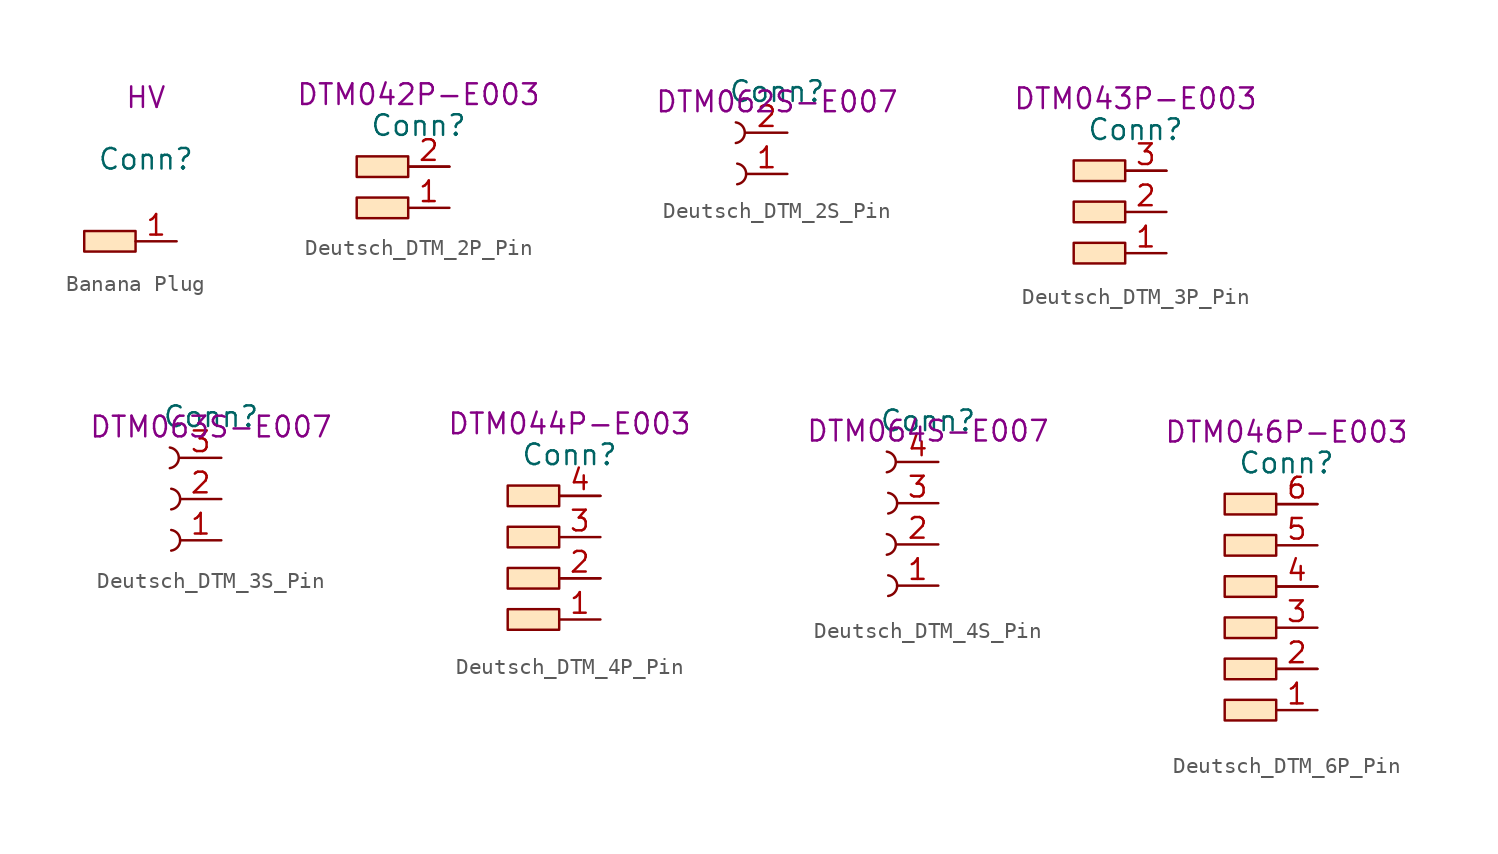
<source format=kicad_sym>
(kicad_symbol_lib
  (version 20220914)
  (generator kicad_symbol_editor)
  (symbol "Banana Plug"
    (property "Reference" "Conn"
      (at 0 -1.905 0)
      (effects (font (size 1.27 1.27))))
    (property "Connection Type" "HV"
      (at 0 1.905 0)
      (effects (font (size 1.27 1.27))))
    (symbol "Banana Plug_1_1"
      (rectangle (start -3.81 -6.35) (end -0.635 -7.62) (stroke (width 0) (type default)) (fill (type color) (color 255 229 191 1)))
      (pin input line (at 1.905 -6.985 180) (length 2.54) (name "" (effects (font (size 1.27 1.27)))) (number "1" (effects (font (size 1.27 1.27)))))))
  (symbol "Deutsch_DTM_2P_Pin"
    (property "Reference" "Conn"
      (at 0 -1.905 0)
      (effects (font (size 1.27 1.27))))
    (property "P/N" "DTM042P-E003"
      (at 0 0 0)
      (effects (font (size 1.27 1.27))))
    (symbol "Deutsch_DTM_2P_Pin_0_1"
      (polyline (pts (xy -0.635 -4.445) (xy 1.905 -4.445)) (stroke (width 0) (type default)) (fill (type none))))
    (symbol "Deutsch_DTM_2P_Pin_1_1"
      (rectangle (start -3.81 -6.35) (end -0.635 -7.62) (stroke (width 0) (type default)) (fill (type color) (color 255 229 191 1)))
      (rectangle (start -3.81 -3.81) (end -0.635 -5.08) (stroke (width 0) (type default)) (fill (type color) (color 255 229 191 1)))
      (pin input line (at 1.905 -6.985 180) (length 2.54) (name "" (effects (font (size 1.27 1.27)))) (number "1" (effects (font (size 1.27 1.27)))))
      (pin input line (at 1.905 -4.445 180) (length 2.54) (name "" (effects (font (size 1.27 1.27)))) (number "2" (effects (font (size 1.27 1.27)))))))
  (symbol "Deutsch_DTM_2S_Pin"
    (property "Reference" "Conn"
      (at 0 0.635 0)
      (effects (font (size 1.27 1.27))))
    (property "P/N" "DTM062S-E007"
      (at 0 0 0)
      (effects (font (size 1.27 1.27))))
    (symbol "Deutsch_DTM_2S_Pin_0_1"
      (arc (start -2.5368 -2.5407) (mid -1.9833 -1.9063) (end -2.5355 -1.2707) (stroke (width 0) (type default)) (fill (type none)))
      (arc (start -2.4524 -5.0801) (mid -1.8989 -4.4457) (end -2.4511 -3.8101) (stroke (width 0) (type default)) (fill (type none))))
    (symbol "Deutsch_DTM_2S_Pin_1_1"
      (pin input line (at 0.635 -4.445 180) (length 2.54) (name "" (effects (font (size 1.27 1.27)))) (number "1" (effects (font (size 1.27 1.27)))))
      (pin input line (at 0.635 -1.905 180) (length 2.54) (name "" (effects (font (size 1.27 1.27)))) (number "2" (effects (font (size 1.27 1.27)))))))
  (symbol "Deutsch_DTM_3P_Pin"
    (property "Reference" "Conn"
      (at 0 -1.905 0)
      (effects (font (size 1.27 1.27))))
    (property "P/N" "DTM043P-E003"
      (at 0 0 0)
      (effects (font (size 1.27 1.27))))
    (symbol "Deutsch_DTM_3P_Pin_0_1"
      (polyline (pts (xy -0.635 -4.445) (xy 1.905 -4.445)) (stroke (width 0) (type default)) (fill (type none))))
    (symbol "Deutsch_DTM_3P_Pin_1_1"
      (rectangle (start -3.81 -8.89) (end -0.635 -10.16) (stroke (width 0) (type default)) (fill (type color) (color 255 229 191 1)))
      (rectangle (start -3.81 -6.35) (end -0.635 -7.62) (stroke (width 0) (type default)) (fill (type color) (color 255 229 191 1)))
      (rectangle (start -3.81 -3.81) (end -0.635 -5.08) (stroke (width 0) (type default)) (fill (type color) (color 255 229 191 1)))
      (pin input line (at 1.905 -9.525 180) (length 2.54) (name "" (effects (font (size 1.27 1.27)))) (number "1" (effects (font (size 1.27 1.27)))))
      (pin input line (at 1.905 -6.985 180) (length 2.54) (name "" (effects (font (size 1.27 1.27)))) (number "2" (effects (font (size 1.27 1.27)))))
      (pin input line (at 1.905 -4.445 180) (length 2.54) (name "" (effects (font (size 1.27 1.27)))) (number "3" (effects (font (size 1.27 1.27)))))))
  (symbol "Deutsch_DTM_3S_Pin"
    (property "Reference" "Conn"
      (at 0 0.635 0)
      (effects (font (size 1.27 1.27))))
    (property "P/N" "DTM063S-E007"
      (at 0 0 0)
      (effects (font (size 1.27 1.27))))
    (symbol "Deutsch_DTM_3S_Pin_0_1"
      (arc (start -2.5368 -2.5407) (mid -1.9833 -1.9063) (end -2.5355 -1.2707) (stroke (width 0) (type default)) (fill (type none)))
      (arc (start -2.4524 -7.6201) (mid -1.8989 -6.9857) (end -2.4511 -6.3501) (stroke (width 0) (type default)) (fill (type none)))
      (arc (start -2.4524 -5.0801) (mid -1.8989 -4.4457) (end -2.4511 -3.8101) (stroke (width 0) (type default)) (fill (type none))))
    (symbol "Deutsch_DTM_3S_Pin_1_1"
      (pin input line (at 0.635 -6.985 180) (length 2.54) (name "" (effects (font (size 1.27 1.27)))) (number "1" (effects (font (size 1.27 1.27)))))
      (pin input line (at 0.635 -4.445 180) (length 2.54) (name "" (effects (font (size 1.27 1.27)))) (number "2" (effects (font (size 1.27 1.27)))))
      (pin input line (at 0.635 -1.905 180) (length 2.54) (name "" (effects (font (size 1.27 1.27)))) (number "3" (effects (font (size 1.27 1.27)))))))
  (symbol "Deutsch_DTM_4P_Pin"
    (property "Reference" "Conn"
      (at 0 -1.905 0)
      (effects (font (size 1.27 1.27))))
    (property "P/N" "DTM044P-E003"
      (at 0 0 0)
      (effects (font (size 1.27 1.27))))
    (symbol "Deutsch_DTM_4P_Pin_0_1"
      (polyline (pts (xy -0.635 -9.525) (xy 1.905 -9.525)) (stroke (width 0) (type default)) (fill (type none)))
      (polyline (pts (xy -0.635 -4.445) (xy 1.905 -4.445)) (stroke (width 0) (type default)) (fill (type none))))
    (symbol "Deutsch_DTM_4P_Pin_1_1"
      (rectangle (start -3.81 -11.43) (end -0.635 -12.7) (stroke (width 0) (type default)) (fill (type color) (color 255 229 191 1)))
      (rectangle (start -3.81 -8.89) (end -0.635 -10.16) (stroke (width 0) (type default)) (fill (type color) (color 255 229 191 1)))
      (rectangle (start -3.81 -6.35) (end -0.635 -7.62) (stroke (width 0) (type default)) (fill (type color) (color 255 229 191 1)))
      (rectangle (start -3.81 -3.81) (end -0.635 -5.08) (stroke (width 0) (type default)) (fill (type color) (color 255 229 191 1)))
      (pin input line (at 1.905 -12.065 180) (length 2.54) (name "" (effects (font (size 1.27 1.27)))) (number "1" (effects (font (size 1.27 1.27)))))
      (pin input line (at 1.905 -9.525 180) (length 2.54) (name "" (effects (font (size 1.27 1.27)))) (number "2" (effects (font (size 1.27 1.27)))))
      (pin input line (at 1.905 -6.985 180) (length 2.54) (name "" (effects (font (size 1.27 1.27)))) (number "3" (effects (font (size 1.27 1.27)))))
      (pin input line (at 1.905 -4.445 180) (length 2.54) (name "" (effects (font (size 1.27 1.27)))) (number "4" (effects (font (size 1.27 1.27)))))))
  (symbol "Deutsch_DTM_4S_Pin"
    (property "Reference" "Conn"
      (at 0 0.635 0)
      (effects (font (size 1.27 1.27))))
    (property "P/N" "DTM064S-E007"
      (at 0 0 0)
      (effects (font (size 1.27 1.27))))
    (symbol "Deutsch_DTM_4S_Pin_0_1"
      (arc (start -2.5368 -7.6207) (mid -1.9833 -6.9863) (end -2.5355 -6.3507) (stroke (width 0) (type default)) (fill (type none)))
      (arc (start -2.5368 -2.5407) (mid -1.9833 -1.9063) (end -2.5355 -1.2707) (stroke (width 0) (type default)) (fill (type none)))
      (arc (start -2.4524 -10.1601) (mid -1.8989 -9.5257) (end -2.4511 -8.8901) (stroke (width 0) (type default)) (fill (type none)))
      (arc (start -2.4524 -5.0801) (mid -1.8989 -4.4457) (end -2.4511 -3.8101) (stroke (width 0) (type default)) (fill (type none))))
    (symbol "Deutsch_DTM_4S_Pin_1_1"
      (pin input line (at 0.635 -9.525 180) (length 2.54) (name "" (effects (font (size 1.27 1.27)))) (number "1" (effects (font (size 1.27 1.27)))))
      (pin input line (at 0.635 -6.985 180) (length 2.54) (name "" (effects (font (size 1.27 1.27)))) (number "2" (effects (font (size 1.27 1.27)))))
      (pin input line (at 0.635 -4.445 180) (length 2.54) (name "" (effects (font (size 1.27 1.27)))) (number "3" (effects (font (size 1.27 1.27)))))
      (pin input line (at 0.635 -1.905 180) (length 2.54) (name "" (effects (font (size 1.27 1.27)))) (number "4" (effects (font (size 1.27 1.27)))))))
  (symbol "Deutsch_DTM_6P_Pin"
    (property "Reference" "Conn"
      (at 0 -1.905 0)
      (effects (font (size 1.27 1.27))))
    (property "P/N" "DTM046P-E003"
      (at 0 0 0)
      (effects (font (size 1.27 1.27))))
    (symbol "Deutsch_DTM_6P_Pin_0_1"
      (polyline (pts (xy -0.635 -14.605) (xy 1.905 -14.605)) (stroke (width 0) (type default)) (fill (type none)))
      (polyline (pts (xy -0.635 -9.525) (xy 1.905 -9.525)) (stroke (width 0) (type default)) (fill (type none)))
      (polyline (pts (xy -0.635 -4.445) (xy 1.905 -4.445)) (stroke (width 0) (type default)) (fill (type none))))
    (symbol "Deutsch_DTM_6P_Pin_1_1"
      (rectangle (start -3.81 -16.51) (end -0.635 -17.78) (stroke (width 0) (type default)) (fill (type color) (color 255 229 191 1)))
      (rectangle (start -3.81 -13.97) (end -0.635 -15.24) (stroke (width 0) (type default)) (fill (type color) (color 255 229 191 1)))
      (rectangle (start -3.81 -11.43) (end -0.635 -12.7) (stroke (width 0) (type default)) (fill (type color) (color 255 229 191 1)))
      (rectangle (start -3.81 -8.89) (end -0.635 -10.16) (stroke (width 0) (type default)) (fill (type color) (color 255 229 191 1)))
      (rectangle (start -3.81 -6.35) (end -0.635 -7.62) (stroke (width 0) (type default)) (fill (type color) (color 255 229 191 1)))
      (rectangle (start -3.81 -3.81) (end -0.635 -5.08) (stroke (width 0) (type default)) (fill (type color) (color 255 229 191 1)))
      (pin input line (at 1.905 -17.145 180) (length 2.54) (name "" (effects (font (size 1.27 1.27)))) (number "1" (effects (font (size 1.27 1.27)))))
      (pin input line (at 1.905 -14.605 180) (length 2.54) (name "" (effects (font (size 1.27 1.27)))) (number "2" (effects (font (size 1.27 1.27)))))
      (pin input line (at 1.905 -12.065 180) (length 2.54) (name "" (effects (font (size 1.27 1.27)))) (number "3" (effects (font (size 1.27 1.27)))))
      (pin input line (at 1.905 -9.525 180) (length 2.54) (name "" (effects (font (size 1.27 1.27)))) (number "4" (effects (font (size 1.27 1.27)))))
      (pin input line (at 1.905 -6.985 180) (length 2.54) (name "" (effects (font (size 1.27 1.27)))) (number "5" (effects (font (size 1.27 1.27)))))
      (pin input line (at 1.905 -4.445 180) (length 2.54) (name "" (effects (font (size 1.27 1.27)))) (number "6" (effects (font (size 1.27 1.27))))))))
</source>
